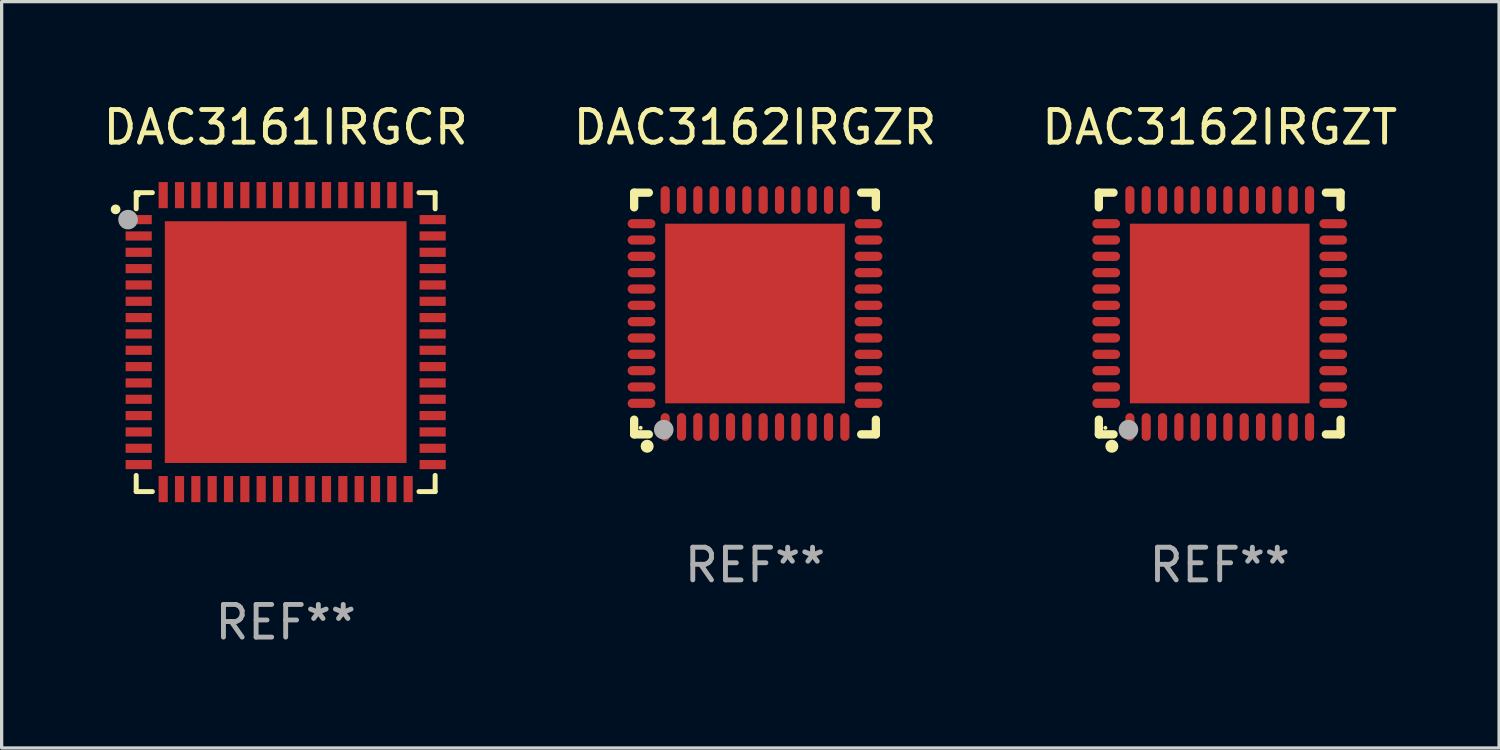
<source format=kicad_pcb>
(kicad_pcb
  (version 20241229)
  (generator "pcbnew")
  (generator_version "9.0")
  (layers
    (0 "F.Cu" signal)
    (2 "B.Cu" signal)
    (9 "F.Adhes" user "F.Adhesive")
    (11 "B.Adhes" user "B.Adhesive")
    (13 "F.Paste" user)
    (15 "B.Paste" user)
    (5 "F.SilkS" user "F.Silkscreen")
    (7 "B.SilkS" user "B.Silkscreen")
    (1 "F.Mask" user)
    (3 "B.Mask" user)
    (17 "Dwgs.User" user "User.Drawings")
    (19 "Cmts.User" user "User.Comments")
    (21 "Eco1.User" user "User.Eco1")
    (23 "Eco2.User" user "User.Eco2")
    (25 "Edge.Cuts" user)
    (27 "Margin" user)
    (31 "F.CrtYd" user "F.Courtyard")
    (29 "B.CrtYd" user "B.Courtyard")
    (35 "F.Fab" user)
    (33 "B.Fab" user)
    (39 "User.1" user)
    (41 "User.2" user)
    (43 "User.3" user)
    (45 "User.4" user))
  (footprint "DAC3162IRGZR"
    (layer "F.Cu")
    (at 20.065 6.548)
    (property "Reference" "DAC3162IRGZR" (at 0 -5.7 0) (layer "F.SilkS") (effects (font (size 1 1) (thickness 0.15))))
    (attr through_hole)
    (fp_line (start -3.7 -3.7) (end -3.25 -3.7) (stroke (width 0.254) (type solid)) (layer "F.SilkS"))
    (fp_line (start -3.7 -3.25) (end -3.7 -3.7) (stroke (width 0.254) (type solid)) (layer "F.SilkS"))
    (fp_line (start -3.7 3.7) (end -3.7 3.25) (stroke (width 0.254) (type solid)) (layer "F.SilkS"))
    (fp_line (start -3.25 3.7) (end -3.7 3.7) (stroke (width 0.254) (type solid)) (layer "F.SilkS"))
    (fp_line (start 3.25 3.7) (end 3.7 3.7) (stroke (width 0.254) (type solid)) (layer "F.SilkS"))
    (fp_line (start 3.7 -3.7) (end 3.25 -3.7) (stroke (width 0.254) (type solid)) (layer "F.SilkS"))
    (fp_line (start 3.7 -3.25) (end 3.7 -3.7) (stroke (width 0.254) (type solid)) (layer "F.SilkS"))
    (fp_line (start 3.7 3.7) (end 3.7 3.25) (stroke (width 0.254) (type solid)) (layer "F.SilkS"))
    (fp_circle (center -3.5 3.5) (end -3.47 3.5) (stroke (width 0.06) (type solid)) (fill no) (layer "F.SilkS"))
    (fp_circle (center -3.302 4.064) (end -3.202 4.064) (stroke (width 0.2) (type solid)) (fill no) (layer "F.SilkS"))
    (fp_circle (center -2.794 3.556) (end -2.644 3.556) (stroke (width 0.3) (type solid)) (fill no) (layer "F.Fab"))
    (fp_text user "REF**" (at 0 7.7 0) (layer "F.Fab") (effects (font (size 1 1) (thickness 0.15))))
    (pad "1" smd oval (at -2.75 3.475) (size 0.28 0.85) (layers "F.Cu" "F.Mask" "F.Paste"))
    (pad "2" smd oval (at -2.25 3.475) (size 0.28 0.85) (layers "F.Cu" "F.Mask" "F.Paste"))
    (pad "3" smd oval (at -1.75 3.475) (size 0.28 0.85) (layers "F.Cu" "F.Mask" "F.Paste"))
    (pad "4" smd oval (at -1.25 3.475) (size 0.28 0.85) (layers "F.Cu" "F.Mask" "F.Paste"))
    (pad "5" smd oval (at -0.75 3.475) (size 0.28 0.85) (layers "F.Cu" "F.Mask" "F.Paste"))
    (pad "6" smd oval (at -0.25 3.475) (size 0.28 0.85) (layers "F.Cu" "F.Mask" "F.Paste"))
    (pad "7" smd oval (at 0.25 3.475) (size 0.28 0.85) (layers "F.Cu" "F.Mask" "F.Paste"))
    (pad "8" smd oval (at 0.75 3.475) (size 0.28 0.85) (layers "F.Cu" "F.Mask" "F.Paste"))
    (pad "9" smd oval (at 1.25 3.475) (size 0.28 0.85) (layers "F.Cu" "F.Mask" "F.Paste"))
    (pad "10" smd oval (at 1.75 3.475) (size 0.28 0.85) (layers "F.Cu" "F.Mask" "F.Paste"))
    (pad "11" smd oval (at 2.25 3.475) (size 0.28 0.85) (layers "F.Cu" "F.Mask" "F.Paste"))
    (pad "12" smd oval (at 2.75 3.475) (size 0.28 0.85) (layers "F.Cu" "F.Mask" "F.Paste"))
    (pad "13" smd oval (at 3.475 2.75) (size 0.85 0.28) (layers "F.Cu" "F.Mask" "F.Paste"))
    (pad "14" smd oval (at 3.475 2.25) (size 0.85 0.28) (layers "F.Cu" "F.Mask" "F.Paste"))
    (pad "15" smd oval (at 3.475 1.75) (size 0.85 0.28) (layers "F.Cu" "F.Mask" "F.Paste"))
    (pad "16" smd oval (at 3.475 1.25) (size 0.85 0.28) (layers "F.Cu" "F.Mask" "F.Paste"))
    (pad "17" smd oval (at 3.475 0.75) (size 0.85 0.28) (layers "F.Cu" "F.Mask" "F.Paste"))
    (pad "18" smd oval (at 3.475 0.25) (size 0.85 0.28) (layers "F.Cu" "F.Mask" "F.Paste"))
    (pad "19" smd oval (at 3.475 -0.25) (size 0.85 0.28) (layers "F.Cu" "F.Mask" "F.Paste"))
    (pad "20" smd oval (at 3.475 -0.75) (size 0.85 0.28) (layers "F.Cu" "F.Mask" "F.Paste"))
    (pad "21" smd oval (at 3.475 -1.25) (size 0.85 0.28) (layers "F.Cu" "F.Mask" "F.Paste"))
    (pad "22" smd oval (at 3.475 -1.75) (size 0.85 0.28) (layers "F.Cu" "F.Mask" "F.Paste"))
    (pad "23" smd oval (at 3.475 -2.25) (size 0.85 0.28) (layers "F.Cu" "F.Mask" "F.Paste"))
    (pad "24" smd oval (at 3.475 -2.75) (size 0.85 0.28) (layers "F.Cu" "F.Mask" "F.Paste"))
    (pad "25" smd oval (at 2.75 -3.475) (size 0.28 0.85) (layers "F.Cu" "F.Mask" "F.Paste"))
    (pad "26" smd oval (at 2.25 -3.475) (size 0.28 0.85) (layers "F.Cu" "F.Mask" "F.Paste"))
    (pad "27" smd oval (at 1.75 -3.475) (size 0.28 0.85) (layers "F.Cu" "F.Mask" "F.Paste"))
    (pad "28" smd oval (at 1.25 -3.475) (size 0.28 0.85) (layers "F.Cu" "F.Mask" "F.Paste"))
    (pad "29" smd oval (at 0.75 -3.475) (size 0.28 0.85) (layers "F.Cu" "F.Mask" "F.Paste"))
    (pad "30" smd oval (at 0.25 -3.475) (size 0.28 0.85) (layers "F.Cu" "F.Mask" "F.Paste"))
    (pad "31" smd oval (at -0.25 -3.475) (size 0.28 0.85) (layers "F.Cu" "F.Mask" "F.Paste"))
    (pad "32" smd oval (at -0.75 -3.475) (size 0.28 0.85) (layers "F.Cu" "F.Mask" "F.Paste"))
    (pad "33" smd oval (at -1.25 -3.475) (size 0.28 0.85) (layers "F.Cu" "F.Mask" "F.Paste"))
    (pad "34" smd oval (at -1.75 -3.475) (size 0.28 0.85) (layers "F.Cu" "F.Mask" "F.Paste"))
    (pad "35" smd oval (at -2.25 -3.475) (size 0.28 0.85) (layers "F.Cu" "F.Mask" "F.Paste"))
    (pad "36" smd oval (at -2.75 -3.475) (size 0.28 0.85) (layers "F.Cu" "F.Mask" "F.Paste"))
    (pad "37" smd oval (at -3.475 -2.75) (size 0.85 0.28) (layers "F.Cu" "F.Mask" "F.Paste"))
    (pad "38" smd oval (at -3.475 -2.25) (size 0.85 0.28) (layers "F.Cu" "F.Mask" "F.Paste"))
    (pad "39" smd oval (at -3.475 -1.75) (size 0.85 0.28) (layers "F.Cu" "F.Mask" "F.Paste"))
    (pad "40" smd oval (at -3.475 -1.25) (size 0.85 0.28) (layers "F.Cu" "F.Mask" "F.Paste"))
    (pad "41" smd oval (at -3.475 -0.75) (size 0.85 0.28) (layers "F.Cu" "F.Mask" "F.Paste"))
    (pad "42" smd oval (at -3.475 -0.25) (size 0.85 0.28) (layers "F.Cu" "F.Mask" "F.Paste"))
    (pad "43" smd oval (at -3.475 0.25) (size 0.85 0.28) (layers "F.Cu" "F.Mask" "F.Paste"))
    (pad "44" smd oval (at -3.475 0.75) (size 0.85 0.28) (layers "F.Cu" "F.Mask" "F.Paste"))
    (pad "45" smd oval (at -3.475 1.25) (size 0.85 0.28) (layers "F.Cu" "F.Mask" "F.Paste"))
    (pad "46" smd oval (at -3.475 1.75) (size 0.85 0.28) (layers "F.Cu" "F.Mask" "F.Paste"))
    (pad "47" smd oval (at -3.475 2.25) (size 0.85 0.28) (layers "F.Cu" "F.Mask" "F.Paste"))
    (pad "48" smd oval (at -3.475 2.75) (size 0.85 0.28) (layers "F.Cu" "F.Mask" "F.Paste"))
    (pad "49" smd rect (at -0.000102 0.000102) (size 5.5 5.5) (layers "F.Cu" "F.Mask" "F.Paste")))
  (footprint "DAC3161IRGCR"
    (layer "F.Cu")
    (at 5.696 7.424)
    (property "Reference" "DAC3161IRGCR" (at 0 -6.576 0) (layer "F.SilkS") (effects (font (size 1 1) (thickness 0.15))))
    (attr through_hole)
    (fp_line (start -4.576 -4.576) (end -4.576 -4.081) (stroke (width 0.152) (type solid)) (layer "F.SilkS"))
    (fp_line (start -4.576 4.576) (end -4.576 4.081) (stroke (width 0.152) (type solid)) (layer "F.SilkS"))
    (fp_line (start -4.081 -4.576) (end -4.576 -4.576) (stroke (width 0.152) (type solid)) (layer "F.SilkS"))
    (fp_line (start -4.081 4.576) (end -4.576 4.576) (stroke (width 0.152) (type solid)) (layer "F.SilkS"))
    (fp_line (start 4.081 -4.576) (end 4.576 -4.576) (stroke (width 0.152) (type solid)) (layer "F.SilkS"))
    (fp_line (start 4.081 4.576) (end 4.576 4.576) (stroke (width 0.152) (type solid)) (layer "F.SilkS"))
    (fp_line (start 4.576 -4.576) (end 4.576 -4.081) (stroke (width 0.152) (type solid)) (layer "F.SilkS"))
    (fp_line (start 4.576 4.576) (end 4.576 4.081) (stroke (width 0.152) (type solid)) (layer "F.SilkS"))
    (fp_circle (center -5.207 -4.064) (end -5.132 -4.064) (stroke (width 0.15) (type solid)) (fill no) (layer "F.SilkS"))
    (fp_circle (center -4.5 -4.5) (end -4.47 -4.5) (stroke (width 0.06) (type solid)) (fill no) (layer "F.SilkS"))
    (fp_circle (center -4.826 -3.75) (end -4.676 -3.75) (stroke (width 0.3) (type solid)) (fill no) (layer "F.Fab"))
    (fp_text user "REF**" (at 0 8.576 0) (layer "F.Fab") (effects (font (size 1 1) (thickness 0.15))))
    (pad "1" smd rect (at -4.5 -3.75) (size 0.8 0.28) (layers "F.Cu" "F.Mask" "F.Paste"))
    (pad "2" smd rect (at -4.5 -3.25) (size 0.8 0.28) (layers "F.Cu" "F.Mask" "F.Paste"))
    (pad "3" smd rect (at -4.5 -2.75) (size 0.8 0.28) (layers "F.Cu" "F.Mask" "F.Paste"))
    (pad "4" smd rect (at -4.5 -2.25) (size 0.8 0.28) (layers "F.Cu" "F.Mask" "F.Paste"))
    (pad "5" smd rect (at -4.5 -1.75) (size 0.8 0.28) (layers "F.Cu" "F.Mask" "F.Paste"))
    (pad "6" smd rect (at -4.5 -1.25) (size 0.8 0.28) (layers "F.Cu" "F.Mask" "F.Paste"))
    (pad "7" smd rect (at -4.5 -0.75) (size 0.8 0.28) (layers "F.Cu" "F.Mask" "F.Paste"))
    (pad "8" smd rect (at -4.5 -0.25) (size 0.8 0.28) (layers "F.Cu" "F.Mask" "F.Paste"))
    (pad "9" smd rect (at -4.5 0.25) (size 0.8 0.28) (layers "F.Cu" "F.Mask" "F.Paste"))
    (pad "10" smd rect (at -4.5 0.75) (size 0.8 0.28) (layers "F.Cu" "F.Mask" "F.Paste"))
    (pad "11" smd rect (at -4.5 1.25) (size 0.8 0.28) (layers "F.Cu" "F.Mask" "F.Paste"))
    (pad "12" smd rect (at -4.5 1.75) (size 0.8 0.28) (layers "F.Cu" "F.Mask" "F.Paste"))
    (pad "13" smd rect (at -4.5 2.25) (size 0.8 0.28) (layers "F.Cu" "F.Mask" "F.Paste"))
    (pad "14" smd rect (at -4.5 2.75) (size 0.8 0.28) (layers "F.Cu" "F.Mask" "F.Paste"))
    (pad "15" smd rect (at -4.5 3.25) (size 0.8 0.28) (layers "F.Cu" "F.Mask" "F.Paste"))
    (pad "16" smd rect (at -4.5 3.75) (size 0.8 0.28) (layers "F.Cu" "F.Mask" "F.Paste"))
    (pad "17" smd rect (at -3.75 4.5) (size 0.28 0.8) (layers "F.Cu" "F.Mask" "F.Paste"))
    (pad "18" smd rect (at -3.25 4.5) (size 0.28 0.8) (layers "F.Cu" "F.Mask" "F.Paste"))
    (pad "19" smd rect (at -2.75 4.5) (size 0.28 0.8) (layers "F.Cu" "F.Mask" "F.Paste"))
    (pad "20" smd rect (at -2.25 4.5) (size 0.28 0.8) (layers "F.Cu" "F.Mask" "F.Paste"))
    (pad "21" smd rect (at -1.75 4.5) (size 0.28 0.8) (layers "F.Cu" "F.Mask" "F.Paste"))
    (pad "22" smd rect (at -1.25 4.5) (size 0.28 0.8) (layers "F.Cu" "F.Mask" "F.Paste"))
    (pad "23" smd rect (at -0.75 4.5) (size 0.28 0.8) (layers "F.Cu" "F.Mask" "F.Paste"))
    (pad "24" smd rect (at -0.25 4.5) (size 0.28 0.8) (layers "F.Cu" "F.Mask" "F.Paste"))
    (pad "25" smd rect (at 0.25 4.5) (size 0.28 0.8) (layers "F.Cu" "F.Mask" "F.Paste"))
    (pad "26" smd rect (at 0.75 4.5) (size 0.28 0.8) (layers "F.Cu" "F.Mask" "F.Paste"))
    (pad "27" smd rect (at 1.25 4.5) (size 0.28 0.8) (layers "F.Cu" "F.Mask" "F.Paste"))
    (pad "28" smd rect (at 1.75 4.5) (size 0.28 0.8) (layers "F.Cu" "F.Mask" "F.Paste"))
    (pad "29" smd rect (at 2.25 4.5) (size 0.28 0.8) (layers "F.Cu" "F.Mask" "F.Paste"))
    (pad "30" smd rect (at 2.75 4.5) (size 0.28 0.8) (layers "F.Cu" "F.Mask" "F.Paste"))
    (pad "31" smd rect (at 3.25 4.5) (size 0.28 0.8) (layers "F.Cu" "F.Mask" "F.Paste"))
    (pad "32" smd rect (at 3.75 4.5) (size 0.28 0.8) (layers "F.Cu" "F.Mask" "F.Paste"))
    (pad "33" smd rect (at 4.5 3.75) (size 0.8 0.28) (layers "F.Cu" "F.Mask" "F.Paste"))
    (pad "34" smd rect (at 4.5 3.25) (size 0.8 0.28) (layers "F.Cu" "F.Mask" "F.Paste"))
    (pad "35" smd rect (at 4.5 2.75) (size 0.8 0.28) (layers "F.Cu" "F.Mask" "F.Paste"))
    (pad "36" smd rect (at 4.5 2.25) (size 0.8 0.28) (layers "F.Cu" "F.Mask" "F.Paste"))
    (pad "37" smd rect (at 4.5 1.75) (size 0.8 0.28) (layers "F.Cu" "F.Mask" "F.Paste"))
    (pad "38" smd rect (at 4.5 1.25) (size 0.8 0.28) (layers "F.Cu" "F.Mask" "F.Paste"))
    (pad "39" smd rect (at 4.5 0.75) (size 0.8 0.28) (layers "F.Cu" "F.Mask" "F.Paste"))
    (pad "40" smd rect (at 4.5 0.25) (size 0.8 0.28) (layers "F.Cu" "F.Mask" "F.Paste"))
    (pad "41" smd rect (at 4.5 -0.25) (size 0.8 0.28) (layers "F.Cu" "F.Mask" "F.Paste"))
    (pad "42" smd rect (at 4.5 -0.75) (size 0.8 0.28) (layers "F.Cu" "F.Mask" "F.Paste"))
    (pad "43" smd rect (at 4.5 -1.25) (size 0.8 0.28) (layers "F.Cu" "F.Mask" "F.Paste"))
    (pad "44" smd rect (at 4.5 -1.75) (size 0.8 0.28) (layers "F.Cu" "F.Mask" "F.Paste"))
    (pad "45" smd rect (at 4.5 -2.25) (size 0.8 0.28) (layers "F.Cu" "F.Mask" "F.Paste"))
    (pad "46" smd rect (at 4.5 -2.75) (size 0.8 0.28) (layers "F.Cu" "F.Mask" "F.Paste"))
    (pad "47" smd rect (at 4.5 -3.25) (size 0.8 0.28) (layers "F.Cu" "F.Mask" "F.Paste"))
    (pad "48" smd rect (at 4.5 -3.75) (size 0.8 0.28) (layers "F.Cu" "F.Mask" "F.Paste"))
    (pad "49" smd rect (at 3.75 -4.5) (size 0.28 0.8) (layers "F.Cu" "F.Mask" "F.Paste"))
    (pad "50" smd rect (at 3.25 -4.5) (size 0.28 0.8) (layers "F.Cu" "F.Mask" "F.Paste"))
    (pad "51" smd rect (at 2.75 -4.5) (size 0.28 0.8) (layers "F.Cu" "F.Mask" "F.Paste"))
    (pad "52" smd rect (at 2.25 -4.5) (size 0.28 0.8) (layers "F.Cu" "F.Mask" "F.Paste"))
    (pad "53" smd rect (at 1.75 -4.5) (size 0.28 0.8) (layers "F.Cu" "F.Mask" "F.Paste"))
    (pad "54" smd rect (at 1.25 -4.5) (size 0.28 0.8) (layers "F.Cu" "F.Mask" "F.Paste"))
    (pad "55" smd rect (at 0.75 -4.5) (size 0.28 0.8) (layers "F.Cu" "F.Mask" "F.Paste"))
    (pad "56" smd rect (at 0.25 -4.5) (size 0.28 0.8) (layers "F.Cu" "F.Mask" "F.Paste"))
    (pad "57" smd rect (at -0.25 -4.5) (size 0.28 0.8) (layers "F.Cu" "F.Mask" "F.Paste"))
    (pad "58" smd rect (at -0.75 -4.5) (size 0.28 0.8) (layers "F.Cu" "F.Mask" "F.Paste"))
    (pad "59" smd rect (at -1.25 -4.5) (size 0.28 0.8) (layers "F.Cu" "F.Mask" "F.Paste"))
    (pad "60" smd rect (at -1.75 -4.5) (size 0.28 0.8) (layers "F.Cu" "F.Mask" "F.Paste"))
    (pad "61" smd rect (at -2.25 -4.5) (size 0.28 0.8) (layers "F.Cu" "F.Mask" "F.Paste"))
    (pad "62" smd rect (at -2.75 -4.5) (size 0.28 0.8) (layers "F.Cu" "F.Mask" "F.Paste"))
    (pad "63" smd rect (at -3.25 -4.5) (size 0.28 0.8) (layers "F.Cu" "F.Mask" "F.Paste"))
    (pad "64" smd rect (at -3.75 -4.5) (size 0.28 0.8) (layers "F.Cu" "F.Mask" "F.Paste"))
    (pad "65" smd rect (at 0 0) (size 7.4 7.4) (layers "F.Cu" "F.Mask" "F.Paste")))
  (footprint "DAC3162IRGZT"
    (layer "F.Cu")
    (at 34.292 6.548)
    (property "Reference" "DAC3162IRGZT" (at 0 -5.7 0) (layer "F.SilkS") (effects (font (size 1 1) (thickness 0.15))))
    (attr through_hole)
    (fp_line (start -3.7 -3.7) (end -3.25 -3.7) (stroke (width 0.254) (type solid)) (layer "F.SilkS"))
    (fp_line (start -3.7 -3.25) (end -3.7 -3.7) (stroke (width 0.254) (type solid)) (layer "F.SilkS"))
    (fp_line (start -3.7 3.7) (end -3.7 3.25) (stroke (width 0.254) (type solid)) (layer "F.SilkS"))
    (fp_line (start -3.25 3.7) (end -3.7 3.7) (stroke (width 0.254) (type solid)) (layer "F.SilkS"))
    (fp_line (start 3.25 3.7) (end 3.7 3.7) (stroke (width 0.254) (type solid)) (layer "F.SilkS"))
    (fp_line (start 3.7 -3.7) (end 3.25 -3.7) (stroke (width 0.254) (type solid)) (layer "F.SilkS"))
    (fp_line (start 3.7 -3.25) (end 3.7 -3.7) (stroke (width 0.254) (type solid)) (layer "F.SilkS"))
    (fp_line (start 3.7 3.7) (end 3.7 3.25) (stroke (width 0.254) (type solid)) (layer "F.SilkS"))
    (fp_circle (center -3.5 3.5) (end -3.47 3.5) (stroke (width 0.06) (type solid)) (fill no) (layer "F.SilkS"))
    (fp_circle (center -3.302 4.064) (end -3.202 4.064) (stroke (width 0.2) (type solid)) (fill no) (layer "F.SilkS"))
    (fp_circle (center -2.794 3.556) (end -2.644 3.556) (stroke (width 0.3) (type solid)) (fill no) (layer "F.Fab"))
    (fp_text user "REF**" (at 0 7.7 0) (layer "F.Fab") (effects (font (size 1 1) (thickness 0.15))))
    (pad "1" smd oval (at -2.75 3.475) (size 0.28 0.85) (layers "F.Cu" "F.Mask" "F.Paste"))
    (pad "2" smd oval (at -2.25 3.475) (size 0.28 0.85) (layers "F.Cu" "F.Mask" "F.Paste"))
    (pad "3" smd oval (at -1.75 3.475) (size 0.28 0.85) (layers "F.Cu" "F.Mask" "F.Paste"))
    (pad "4" smd oval (at -1.25 3.475) (size 0.28 0.85) (layers "F.Cu" "F.Mask" "F.Paste"))
    (pad "5" smd oval (at -0.75 3.475) (size 0.28 0.85) (layers "F.Cu" "F.Mask" "F.Paste"))
    (pad "6" smd oval (at -0.25 3.475) (size 0.28 0.85) (layers "F.Cu" "F.Mask" "F.Paste"))
    (pad "7" smd oval (at 0.25 3.475) (size 0.28 0.85) (layers "F.Cu" "F.Mask" "F.Paste"))
    (pad "8" smd oval (at 0.75 3.475) (size 0.28 0.85) (layers "F.Cu" "F.Mask" "F.Paste"))
    (pad "9" smd oval (at 1.25 3.475) (size 0.28 0.85) (layers "F.Cu" "F.Mask" "F.Paste"))
    (pad "10" smd oval (at 1.75 3.475) (size 0.28 0.85) (layers "F.Cu" "F.Mask" "F.Paste"))
    (pad "11" smd oval (at 2.25 3.475) (size 0.28 0.85) (layers "F.Cu" "F.Mask" "F.Paste"))
    (pad "12" smd oval (at 2.75 3.475) (size 0.28 0.85) (layers "F.Cu" "F.Mask" "F.Paste"))
    (pad "13" smd oval (at 3.475 2.75) (size 0.85 0.28) (layers "F.Cu" "F.Mask" "F.Paste"))
    (pad "14" smd oval (at 3.475 2.25) (size 0.85 0.28) (layers "F.Cu" "F.Mask" "F.Paste"))
    (pad "15" smd oval (at 3.475 1.75) (size 0.85 0.28) (layers "F.Cu" "F.Mask" "F.Paste"))
    (pad "16" smd oval (at 3.475 1.25) (size 0.85 0.28) (layers "F.Cu" "F.Mask" "F.Paste"))
    (pad "17" smd oval (at 3.475 0.75) (size 0.85 0.28) (layers "F.Cu" "F.Mask" "F.Paste"))
    (pad "18" smd oval (at 3.475 0.25) (size 0.85 0.28) (layers "F.Cu" "F.Mask" "F.Paste"))
    (pad "19" smd oval (at 3.475 -0.25) (size 0.85 0.28) (layers "F.Cu" "F.Mask" "F.Paste"))
    (pad "20" smd oval (at 3.475 -0.75) (size 0.85 0.28) (layers "F.Cu" "F.Mask" "F.Paste"))
    (pad "21" smd oval (at 3.475 -1.25) (size 0.85 0.28) (layers "F.Cu" "F.Mask" "F.Paste"))
    (pad "22" smd oval (at 3.475 -1.75) (size 0.85 0.28) (layers "F.Cu" "F.Mask" "F.Paste"))
    (pad "23" smd oval (at 3.475 -2.25) (size 0.85 0.28) (layers "F.Cu" "F.Mask" "F.Paste"))
    (pad "24" smd oval (at 3.475 -2.75) (size 0.85 0.28) (layers "F.Cu" "F.Mask" "F.Paste"))
    (pad "25" smd oval (at 2.75 -3.475) (size 0.28 0.85) (layers "F.Cu" "F.Mask" "F.Paste"))
    (pad "26" smd oval (at 2.25 -3.475) (size 0.28 0.85) (layers "F.Cu" "F.Mask" "F.Paste"))
    (pad "27" smd oval (at 1.75 -3.475) (size 0.28 0.85) (layers "F.Cu" "F.Mask" "F.Paste"))
    (pad "28" smd oval (at 1.25 -3.475) (size 0.28 0.85) (layers "F.Cu" "F.Mask" "F.Paste"))
    (pad "29" smd oval (at 0.75 -3.475) (size 0.28 0.85) (layers "F.Cu" "F.Mask" "F.Paste"))
    (pad "30" smd oval (at 0.25 -3.475) (size 0.28 0.85) (layers "F.Cu" "F.Mask" "F.Paste"))
    (pad "31" smd oval (at -0.25 -3.475) (size 0.28 0.85) (layers "F.Cu" "F.Mask" "F.Paste"))
    (pad "32" smd oval (at -0.75 -3.475) (size 0.28 0.85) (layers "F.Cu" "F.Mask" "F.Paste"))
    (pad "33" smd oval (at -1.25 -3.475) (size 0.28 0.85) (layers "F.Cu" "F.Mask" "F.Paste"))
    (pad "34" smd oval (at -1.75 -3.475) (size 0.28 0.85) (layers "F.Cu" "F.Mask" "F.Paste"))
    (pad "35" smd oval (at -2.25 -3.475) (size 0.28 0.85) (layers "F.Cu" "F.Mask" "F.Paste"))
    (pad "36" smd oval (at -2.75 -3.475) (size 0.28 0.85) (layers "F.Cu" "F.Mask" "F.Paste"))
    (pad "37" smd oval (at -3.475 -2.75) (size 0.85 0.28) (layers "F.Cu" "F.Mask" "F.Paste"))
    (pad "38" smd oval (at -3.475 -2.25) (size 0.85 0.28) (layers "F.Cu" "F.Mask" "F.Paste"))
    (pad "39" smd oval (at -3.475 -1.75) (size 0.85 0.28) (layers "F.Cu" "F.Mask" "F.Paste"))
    (pad "40" smd oval (at -3.475 -1.25) (size 0.85 0.28) (layers "F.Cu" "F.Mask" "F.Paste"))
    (pad "41" smd oval (at -3.475 -0.75) (size 0.85 0.28) (layers "F.Cu" "F.Mask" "F.Paste"))
    (pad "42" smd oval (at -3.475 -0.25) (size 0.85 0.28) (layers "F.Cu" "F.Mask" "F.Paste"))
    (pad "43" smd oval (at -3.475 0.25) (size 0.85 0.28) (layers "F.Cu" "F.Mask" "F.Paste"))
    (pad "44" smd oval (at -3.475 0.75) (size 0.85 0.28) (layers "F.Cu" "F.Mask" "F.Paste"))
    (pad "45" smd oval (at -3.475 1.25) (size 0.85 0.28) (layers "F.Cu" "F.Mask" "F.Paste"))
    (pad "46" smd oval (at -3.475 1.75) (size 0.85 0.28) (layers "F.Cu" "F.Mask" "F.Paste"))
    (pad "47" smd oval (at -3.475 2.25) (size 0.85 0.28) (layers "F.Cu" "F.Mask" "F.Paste"))
    (pad "48" smd oval (at -3.475 2.75) (size 0.85 0.28) (layers "F.Cu" "F.Mask" "F.Paste"))
    (pad "49" smd rect (at -0.000102 0.000102) (size 5.5 5.5) (layers "F.Cu" "F.Mask" "F.Paste")))
  (gr_rect
    (start -3 -3)
    (end 42.845 19.849)
    (stroke (width 0.1) (type default))
    (fill no)
    (layer "Edge.Cuts")))
</source>
